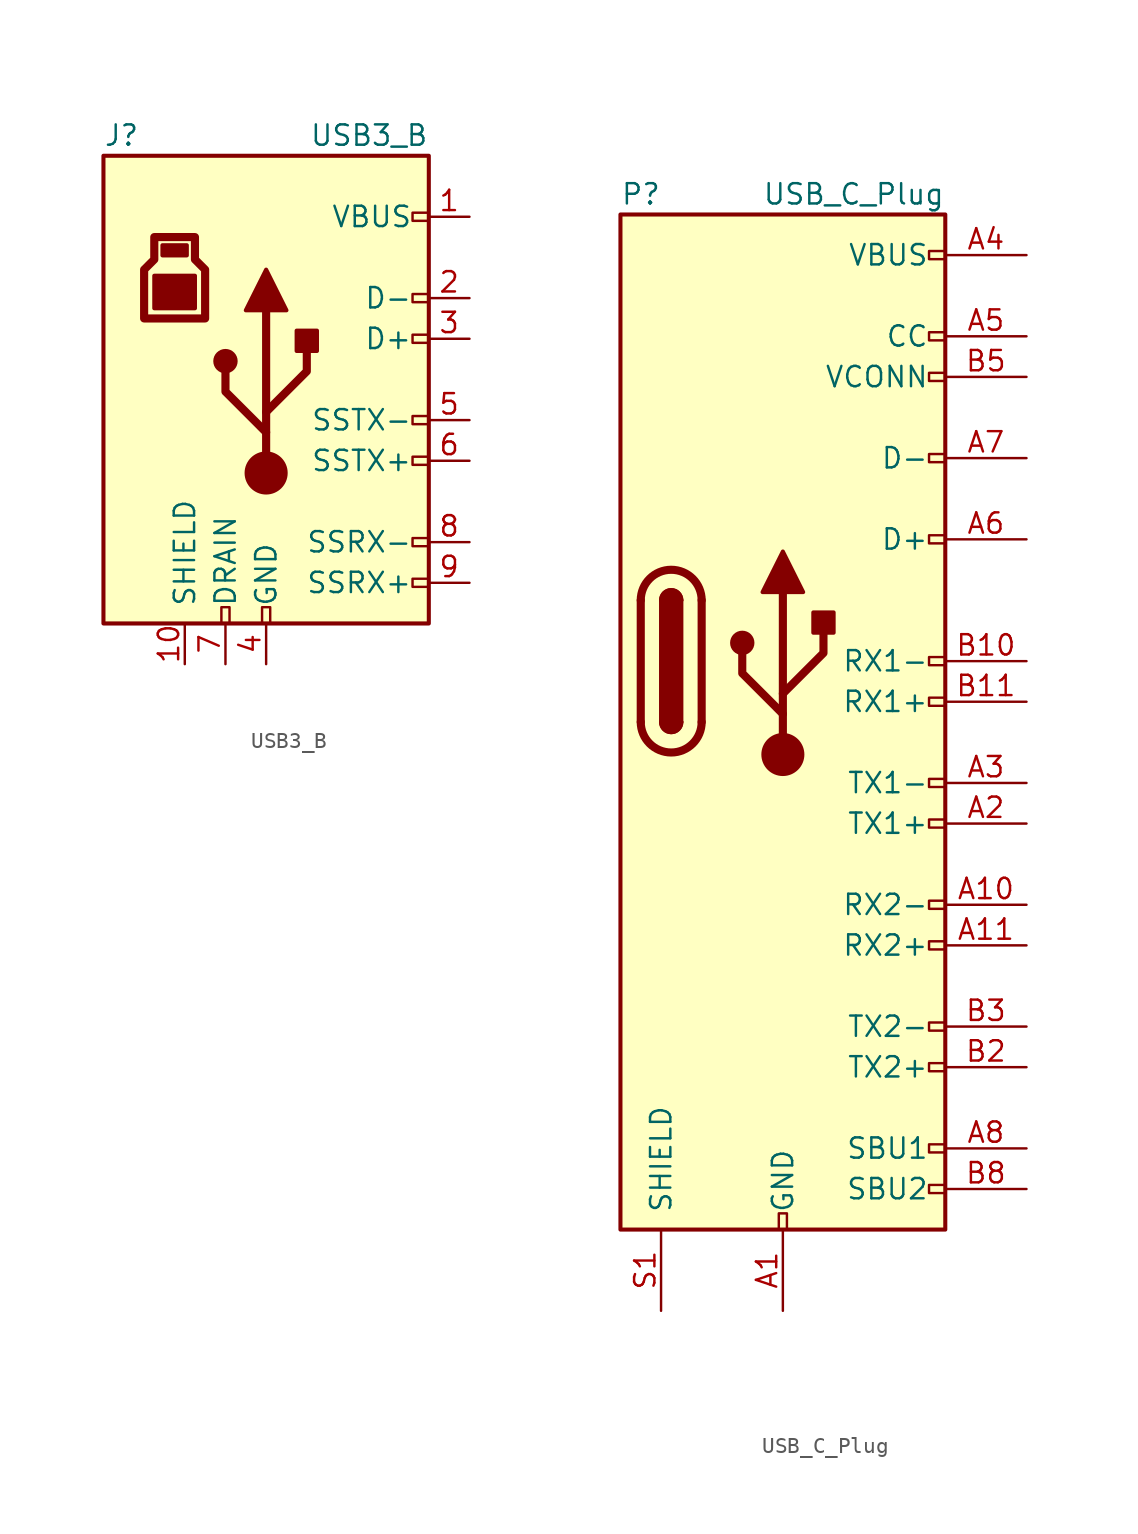
<source format=kicad_sym>
(kicad_symbol_lib
  (version 20200908)
  (generator kicad_symbol_editor)
  (symbol "Connector:USB3_B"
    (pin_names
      (offset 1.016))
    (property "Reference" "J"
      (at -10.16 15.24 0)
      (effects (font (size 1.27 1.27)) (justify left)))
    (property "Value" "USB3_B"
      (at 10.16 15.24 0)
      (effects (font (size 1.27 1.27)) (justify right)))
    (symbol "USB3_B_1_1"
      (circle (center -2.54 1.143) (radius 0.635) (stroke (width 0.254)) (fill (type outline)))
      (circle (center 0 -5.842) (radius 1.27) (stroke (width 0)) (fill (type outline)))
      (rectangle (start 1.905 1.778) (end 3.175 3.048) (stroke (width 0.254)) (fill (type outline)))
      (polyline (pts (xy 0 -5.842) (xy 0 4.318)) (stroke (width 0.508)) (fill (type none)))
      (polyline (pts (xy 0 -3.302) (xy -2.54 -0.762) (xy -2.54 0.508)) (stroke (width 0.508)) (fill (type none)))
      (polyline (pts (xy 0 -2.032) (xy 2.54 0.508) (xy 2.54 1.778)) (stroke (width 0.508)) (fill (type none)))
      (polyline (pts (xy -1.27 4.318) (xy 0 6.858) (xy 1.27 4.318) (xy -1.27 4.318)) (stroke (width 0.254)) (fill (type outline)))
      (pin power_out line (at 12.7 10.16 180) (length 2.54) (name "VBUS" (effects (font (size 1.27 1.27)))) (number "1" (effects (font (size 1.27 1.27)))))
      (pin passive line (at -5.08 -17.78 90) (length 2.54) (name "SHIELD" (effects (font (size 1.27 1.27)))) (number "10" (effects (font (size 1.27 1.27)))))
      (pin bidirectional line (at 12.7 5.08 180) (length 2.54) (name "D-" (effects (font (size 1.27 1.27)))) (number "2" (effects (font (size 1.27 1.27)))))
      (pin bidirectional line (at 12.7 2.54 180) (length 2.54) (name "D+" (effects (font (size 1.27 1.27)))) (number "3" (effects (font (size 1.27 1.27)))))
      (pin power_out line (at 0 -17.78 90) (length 2.54) (name "GND" (effects (font (size 1.27 1.27)))) (number "4" (effects (font (size 1.27 1.27)))))
      (pin output line (at 12.7 -2.54 180) (length 2.54) (name "SSTX-" (effects (font (size 1.27 1.27)))) (number "5" (effects (font (size 1.27 1.27)))))
      (pin output line (at 12.7 -5.08 180) (length 2.54) (name "SSTX+" (effects (font (size 1.27 1.27)))) (number "6" (effects (font (size 1.27 1.27)))))
      (pin passive line (at -2.54 -17.78 90) (length 2.54) (name "DRAIN" (effects (font (size 1.27 1.27)))) (number "7" (effects (font (size 1.27 1.27)))))
      (pin input line (at 12.7 -10.16 180) (length 2.54) (name "SSRX-" (effects (font (size 1.27 1.27)))) (number "8" (effects (font (size 1.27 1.27)))))
      (pin input line (at 12.7 -12.7 180) (length 2.54) (name "SSRX+" (effects (font (size 1.27 1.27)))) (number "9" (effects (font (size 1.27 1.27))))))
    (symbol "USB3_B_0_0"
      (rectangle (start -2.794 -15.24) (end -2.286 -14.224) (stroke (width 0)) (fill (type none)))
      (rectangle (start -0.254 -15.24) (end 0.254 -14.224) (stroke (width 0)) (fill (type none)))
      (rectangle (start 10.16 -12.446) (end 9.144 -12.954) (stroke (width 0)) (fill (type none)))
      (rectangle (start 10.16 -9.906) (end 9.144 -10.414) (stroke (width 0)) (fill (type none)))
      (rectangle (start 10.16 -4.826) (end 9.144 -5.334) (stroke (width 0)) (fill (type none)))
      (rectangle (start 10.16 -2.286) (end 9.144 -2.794) (stroke (width 0)) (fill (type none)))
      (rectangle (start 10.16 2.794) (end 9.144 2.286) (stroke (width 0)) (fill (type none)))
      (rectangle (start 10.16 5.334) (end 9.144 4.826) (stroke (width 0)) (fill (type none)))
      (rectangle (start 10.16 10.414) (end 9.144 9.906) (stroke (width 0)) (fill (type none))))
    (symbol "USB3_B_0_1"
      (rectangle (start -10.16 13.97) (end 10.16 -15.24) (stroke (width 0.254)) (fill (type background)))
      (rectangle (start -6.477 8.382) (end -4.953 7.747) (stroke (width 0.254)) (fill (type outline)))
      (rectangle (start -4.445 4.445) (end -6.985 6.477) (stroke (width 0.254)) (fill (type outline)))
      (polyline (pts (xy -6.985 8.89) (xy -6.985 7.493) (xy -7.62 6.858) (xy -7.62 3.81) (xy -3.81 3.81) (xy -3.81 6.858) (xy -4.445 7.493) (xy -4.445 8.89) (xy -6.858 8.89) (xy -6.985 8.89)) (stroke (width 0.508)) (fill (type none)))))
  (symbol "Connector:USB_C_Plug"
    (pin_names
      (offset 1.016))
    (property "Reference" "P"
      (at -10.16 29.21 0)
      (effects (font (size 1.27 1.27)) (justify left)))
    (property "Value" "USB_C_Plug"
      (at 10.16 29.21 0)
      (effects (font (size 1.27 1.27)) (justify right)))
    (symbol "USB_C_Plug_0_1"
      (arc (start -7.62 -3.81) (end -6.35 -3.81) (radius (at -6.985 -3.81) (length 0.635) (angles -179.9 -0.1)) (stroke (width 0.254)) (fill (type outline)))
      (arc (start -8.89 -3.81) (end -5.08 -3.81) (radius (at -6.985 -3.81) (length 1.905) (angles -179.9 -0.1)) (stroke (width 0.508)) (fill (type none)))
      (arc (start -7.62 -3.81) (end -6.35 -3.81) (radius (at -6.985 -3.81) (length 0.635) (angles -179.9 -0.1)) (stroke (width 0.254)) (fill (type none)))
      (arc (start -5.08 3.81) (end -8.89 3.81) (radius (at -6.985 3.81) (length 1.905) (angles 0.1 179.9)) (stroke (width 0.508)) (fill (type none)))
      (arc (start -6.35 3.81) (end -7.62 3.81) (radius (at -6.985 3.81) (length 0.635) (angles 0.1 179.9)) (stroke (width 0.254)) (fill (type outline)))
      (arc (start -6.35 3.81) (end -7.62 3.81) (radius (at -6.985 3.81) (length 0.635) (angles 0.1 179.9)) (stroke (width 0.254)) (fill (type none)))
      (rectangle (start -10.16 27.94) (end 10.16 -35.56) (stroke (width 0.254)) (fill (type background)))
      (rectangle (start -7.62 -3.81) (end -6.35 3.81) (stroke (width 0.254)) (fill (type outline)))
      (polyline (pts (xy -8.89 -3.81) (xy -8.89 3.81)) (stroke (width 0.508)) (fill (type none)))
      (polyline (pts (xy -5.08 3.81) (xy -5.08 -3.81)) (stroke (width 0.508)) (fill (type none))))
    (symbol "USB_C_Plug_1_1"
      (circle (center -2.54 1.143) (radius 0.635) (stroke (width 0.254)) (fill (type outline)))
      (circle (center 0 -5.842) (radius 1.27) (stroke (width 0)) (fill (type outline)))
      (rectangle (start 1.905 1.778) (end 3.175 3.048) (stroke (width 0.254)) (fill (type outline)))
      (polyline (pts (xy 0 -5.842) (xy 0 4.318)) (stroke (width 0.508)) (fill (type none)))
      (polyline (pts (xy 0 -3.302) (xy -2.54 -0.762) (xy -2.54 0.508)) (stroke (width 0.508)) (fill (type none)))
      (polyline (pts (xy 0 -2.032) (xy 2.54 0.508) (xy 2.54 1.778)) (stroke (width 0.508)) (fill (type none)))
      (polyline (pts (xy -1.27 4.318) (xy 0 6.858) (xy 1.27 4.318) (xy -1.27 4.318)) (stroke (width 0.254)) (fill (type outline)))
      (pin passive line (at 0 -40.64 90) (length 5.08) (name "GND" (effects (font (size 1.27 1.27)))) (number "A1" (effects (font (size 1.27 1.27)))))
      (pin bidirectional line (at 15.24 -15.24 180) (length 5.08) (name "RX2-" (effects (font (size 1.27 1.27)))) (number "A10" (effects (font (size 1.27 1.27)))))
      (pin bidirectional line (at 15.24 -17.78 180) (length 5.08) (name "RX2+" (effects (font (size 1.27 1.27)))) (number "A11" (effects (font (size 1.27 1.27)))))
      (pin passive line (at 0 -40.64 90) (length 5.08) hide (name "GND" (effects (font (size 1.27 1.27)))) (number "A12" (effects (font (size 1.27 1.27)))))
      (pin bidirectional line (at 15.24 -10.16 180) (length 5.08) (name "TX1+" (effects (font (size 1.27 1.27)))) (number "A2" (effects (font (size 1.27 1.27)))))
      (pin bidirectional line (at 15.24 -7.62 180) (length 5.08) (name "TX1-" (effects (font (size 1.27 1.27)))) (number "A3" (effects (font (size 1.27 1.27)))))
      (pin passive line (at 15.24 25.4 180) (length 5.08) (name "VBUS" (effects (font (size 1.27 1.27)))) (number "A4" (effects (font (size 1.27 1.27)))))
      (pin bidirectional line (at 15.24 20.32 180) (length 5.08) (name "CC" (effects (font (size 1.27 1.27)))) (number "A5" (effects (font (size 1.27 1.27)))))
      (pin bidirectional line (at 15.24 7.62 180) (length 5.08) (name "D+" (effects (font (size 1.27 1.27)))) (number "A6" (effects (font (size 1.27 1.27)))))
      (pin bidirectional line (at 15.24 12.7 180) (length 5.08) (name "D-" (effects (font (size 1.27 1.27)))) (number "A7" (effects (font (size 1.27 1.27)))))
      (pin bidirectional line (at 15.24 -30.48 180) (length 5.08) (name "SBU1" (effects (font (size 1.27 1.27)))) (number "A8" (effects (font (size 1.27 1.27)))))
      (pin passive line (at 15.24 25.4 180) (length 5.08) hide (name "VBUS" (effects (font (size 1.27 1.27)))) (number "A9" (effects (font (size 1.27 1.27)))))
      (pin passive line (at 0 -40.64 90) (length 5.08) hide (name "GND" (effects (font (size 1.27 1.27)))) (number "B1" (effects (font (size 1.27 1.27)))))
      (pin bidirectional line (at 15.24 0 180) (length 5.08) (name "RX1-" (effects (font (size 1.27 1.27)))) (number "B10" (effects (font (size 1.27 1.27)))))
      (pin bidirectional line (at 15.24 -2.54 180) (length 5.08) (name "RX1+" (effects (font (size 1.27 1.27)))) (number "B11" (effects (font (size 1.27 1.27)))))
      (pin passive line (at 0 -40.64 90) (length 5.08) hide (name "GND" (effects (font (size 1.27 1.27)))) (number "B12" (effects (font (size 1.27 1.27)))))
      (pin bidirectional line (at 15.24 -25.4 180) (length 5.08) (name "TX2+" (effects (font (size 1.27 1.27)))) (number "B2" (effects (font (size 1.27 1.27)))))
      (pin bidirectional line (at 15.24 -22.86 180) (length 5.08) (name "TX2-" (effects (font (size 1.27 1.27)))) (number "B3" (effects (font (size 1.27 1.27)))))
      (pin passive line (at 15.24 25.4 180) (length 5.08) hide (name "VBUS" (effects (font (size 1.27 1.27)))) (number "B4" (effects (font (size 1.27 1.27)))))
      (pin bidirectional line (at 15.24 17.78 180) (length 5.08) (name "VCONN" (effects (font (size 1.27 1.27)))) (number "B5" (effects (font (size 1.27 1.27)))))
      (pin bidirectional line (at 15.24 -33.02 180) (length 5.08) (name "SBU2" (effects (font (size 1.27 1.27)))) (number "B8" (effects (font (size 1.27 1.27)))))
      (pin passive line (at 15.24 25.4 180) (length 5.08) hide (name "VBUS" (effects (font (size 1.27 1.27)))) (number "B9" (effects (font (size 1.27 1.27)))))
      (pin passive line (at -7.62 -40.64 90) (length 5.08) (name "SHIELD" (effects (font (size 1.27 1.27)))) (number "S1" (effects (font (size 1.27 1.27))))))
    (symbol "USB_C_Plug_0_0"
      (rectangle (start -0.254 -35.56) (end 0.254 -34.544) (stroke (width 0)) (fill (type none)))
      (rectangle (start 10.16 -32.766) (end 9.144 -33.274) (stroke (width 0)) (fill (type none)))
      (rectangle (start 10.16 -30.226) (end 9.144 -30.734) (stroke (width 0)) (fill (type none)))
      (rectangle (start 10.16 -25.146) (end 9.144 -25.654) (stroke (width 0)) (fill (type none)))
      (rectangle (start 10.16 -22.606) (end 9.144 -23.114) (stroke (width 0)) (fill (type none)))
      (rectangle (start 10.16 -17.526) (end 9.144 -18.034) (stroke (width 0)) (fill (type none)))
      (rectangle (start 10.16 -14.986) (end 9.144 -15.494) (stroke (width 0)) (fill (type none)))
      (rectangle (start 10.16 -9.906) (end 9.144 -10.414) (stroke (width 0)) (fill (type none)))
      (rectangle (start 10.16 -7.366) (end 9.144 -7.874) (stroke (width 0)) (fill (type none)))
      (rectangle (start 10.16 -2.286) (end 9.144 -2.794) (stroke (width 0)) (fill (type none)))
      (rectangle (start 10.16 0.254) (end 9.144 -0.254) (stroke (width 0)) (fill (type none)))
      (rectangle (start 10.16 7.874) (end 9.144 7.366) (stroke (width 0)) (fill (type none)))
      (rectangle (start 10.16 12.954) (end 9.144 12.446) (stroke (width 0)) (fill (type none)))
      (rectangle (start 10.16 18.034) (end 9.144 17.526) (stroke (width 0)) (fill (type none)))
      (rectangle (start 10.16 20.574) (end 9.144 20.066) (stroke (width 0)) (fill (type none)))
      (rectangle (start 10.16 25.654) (end 9.144 25.146) (stroke (width 0)) (fill (type none))))))
</source>
